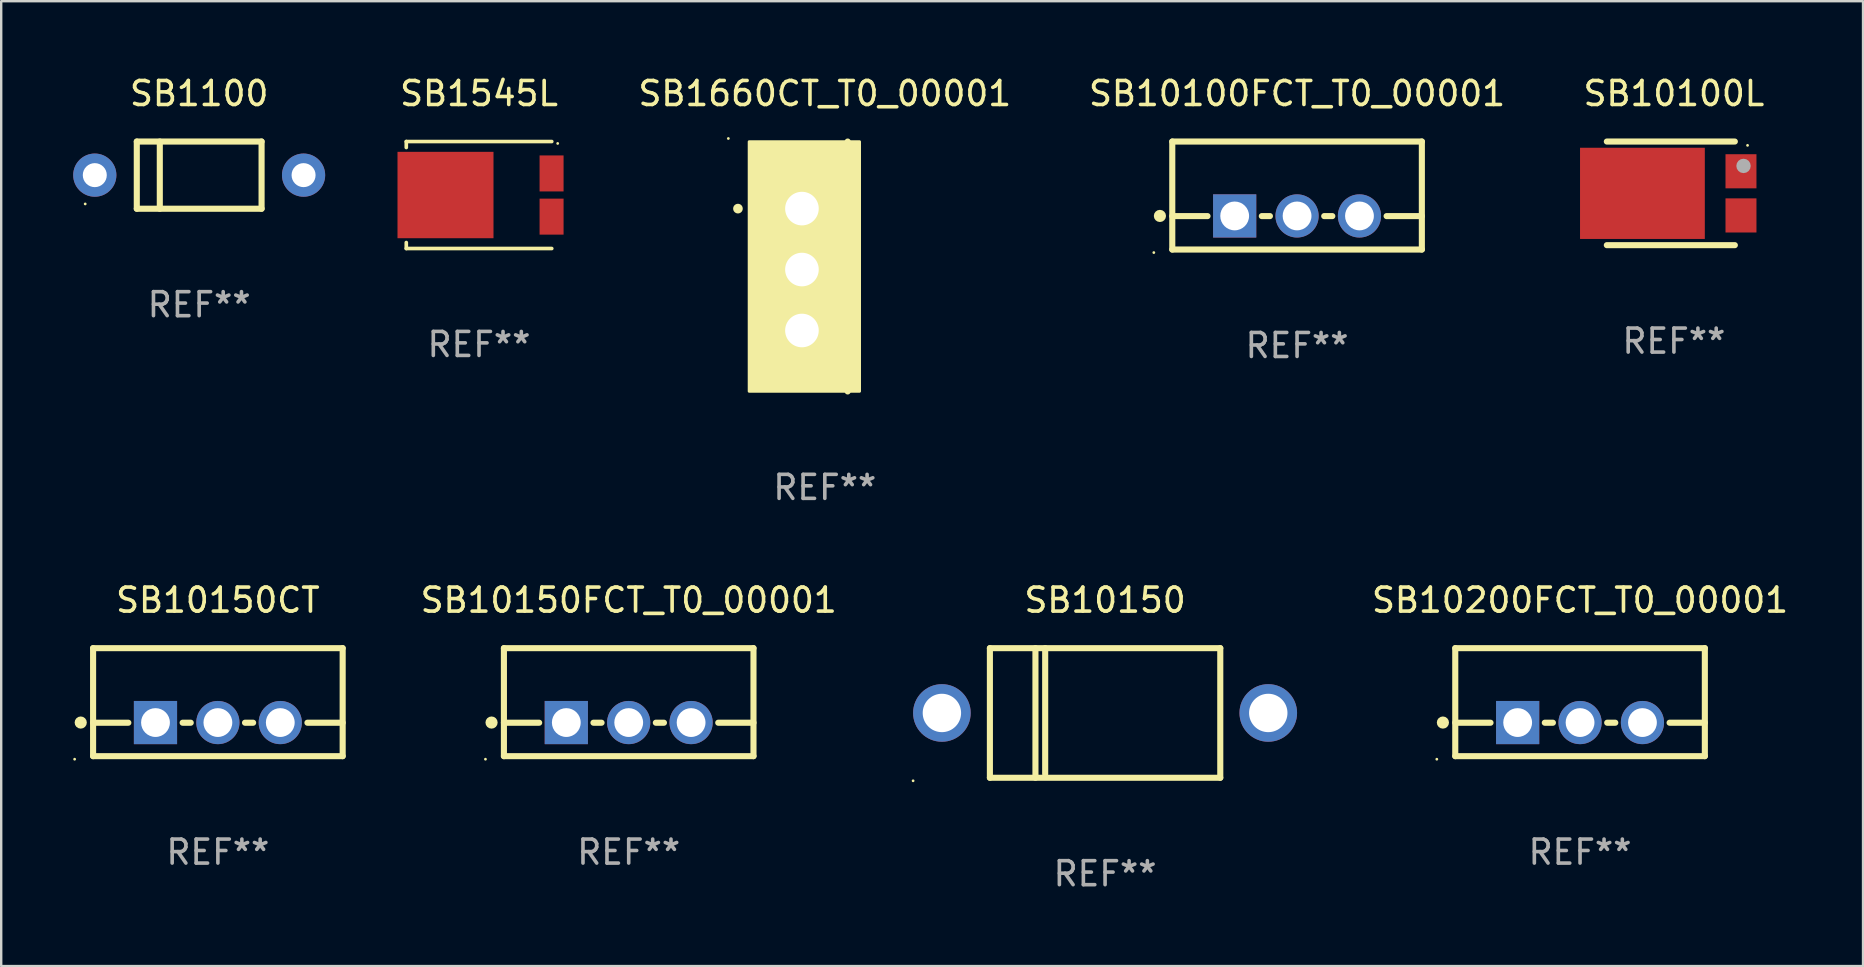
<source format=kicad_pcb>
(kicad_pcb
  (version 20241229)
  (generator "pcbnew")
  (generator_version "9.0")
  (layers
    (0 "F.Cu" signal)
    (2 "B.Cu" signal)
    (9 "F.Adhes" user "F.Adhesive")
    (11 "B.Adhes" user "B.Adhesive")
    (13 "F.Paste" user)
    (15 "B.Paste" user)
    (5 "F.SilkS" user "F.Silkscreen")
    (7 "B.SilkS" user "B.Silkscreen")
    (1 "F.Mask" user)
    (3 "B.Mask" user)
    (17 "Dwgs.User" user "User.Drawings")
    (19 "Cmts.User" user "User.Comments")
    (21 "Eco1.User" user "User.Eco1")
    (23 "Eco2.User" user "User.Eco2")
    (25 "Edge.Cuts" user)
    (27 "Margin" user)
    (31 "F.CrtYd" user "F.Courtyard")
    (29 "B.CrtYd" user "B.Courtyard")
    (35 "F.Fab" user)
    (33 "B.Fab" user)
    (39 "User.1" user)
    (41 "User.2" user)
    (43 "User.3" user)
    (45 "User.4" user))
  (footprint "SB10150"
    (layer "F.Cu")
    (at 42.999 26.659)
    (property "Reference" "SB10150" (at 0 -4.7 0) (layer "F.SilkS") (effects (font (size 1 1) (thickness 0.15))))
    (attr through_hole)
    (fp_line (start -4.8 -2.7) (end -4.8 2.7) (stroke (width 0.254) (type solid)) (layer "F.SilkS"))
    (fp_line (start -4.8 -2.7) (end 4.8 -2.7) (stroke (width 0.254) (type solid)) (layer "F.SilkS"))
    (fp_line (start -2.902 -2.7) (end -2.902 2.7) (stroke (width 0.254) (type solid)) (layer "F.SilkS"))
    (fp_line (start -2.496 -2.7) (end -2.496 2.54) (stroke (width 0.254) (type solid)) (layer "F.SilkS"))
    (fp_line (start 4.8 -2.7) (end 4.8 2.7) (stroke (width 0.254) (type solid)) (layer "F.SilkS"))
    (fp_line (start 4.8 2.7) (end -4.8 2.7) (stroke (width 0.254) (type solid)) (layer "F.SilkS"))
    (fp_circle (center -8 2.827) (end -7.97 2.827) (stroke (width 0.06) (type solid)) (fill no) (layer "F.SilkS"))
    (fp_text user "REF**" (at 0 6.7 0) (layer "F.Fab") (effects (font (size 1 1) (thickness 0.15))))
    (pad "1" thru_hole circle (at -6.8 0) (size 2.4 2.4) (drill 1.6) (layers "*.Cu" "*.Mask"))
    (pad "2" thru_hole circle (at 6.8 0) (size 2.4 2.4) (drill 1.6) (layers "*.Cu" "*.Mask")))
  (footprint "SB1545L"
    (layer "F.Cu")
    (at 16.911 5.077)
    (property "Reference" "SB1545L" (at 0 -4.229 0) (layer "F.SilkS") (effects (font (size 1 1) (thickness 0.15))))
    (attr through_hole)
    (fp_line (start -3.031 -2.229) (end -3.031 -1.98) (stroke (width 0.152) (type solid)) (layer "F.SilkS"))
    (fp_line (start -3.031 1.98) (end -3.031 2.229) (stroke (width 0.152) (type solid)) (layer "F.SilkS"))
    (fp_line (start 3.031 -2.229) (end -3.031 -2.229) (stroke (width 0.152) (type solid)) (layer "F.SilkS"))
    (fp_line (start 3.031 2.229) (end -3.031 2.229) (stroke (width 0.152) (type solid)) (layer "F.SilkS"))
    (fp_circle (center 3.278 -2.15) (end 3.308 -2.15) (stroke (width 0.06) (type solid)) (fill no) (layer "F.SilkS"))
    (fp_text user "REF**" (at 0 6.229 0) (layer "F.Fab") (effects (font (size 1 1) (thickness 0.15))))
    (pad "1" smd rect (at 3.023 -0.9) (size 1 1.5) (layers "F.Cu" "F.Mask" "F.Paste"))
    (pad "2" smd rect (at 3.023 0.9) (size 1 1.5) (layers "F.Cu" "F.Mask" "F.Paste"))
    (pad "3" smd rect (at -1.397 0) (size 4 3.6) (layers "F.Cu" "F.Mask" "F.Paste")))
  (footprint "SB10150CT"
    (layer "F.Cu")
    (at 6.029 26.209)
    (property "Reference" "SB10150CT" (at 0 -4.25 0) (layer "F.SilkS") (effects (font (size 1 1) (thickness 0.15))))
    (attr through_hole)
    (fp_line (start -5.2 -2.25) (end -5.2 2.25) (stroke (width 0.254) (type solid)) (layer "F.SilkS"))
    (fp_line (start -5.2 -2.25) (end 5.2 -2.25) (stroke (width 0.254) (type solid)) (layer "F.SilkS"))
    (fp_line (start -5.2 0.857) (end -3.731 0.857) (stroke (width 0.254) (type solid)) (layer "F.SilkS"))
    (fp_line (start -5.2 2.25) (end 5.2 2.25) (stroke (width 0.254) (type solid)) (layer "F.SilkS"))
    (fp_line (start -1.469 0.857) (end -1.131 0.857) (stroke (width 0.254) (type solid)) (layer "F.SilkS"))
    (fp_line (start 1.131 0.857) (end 1.469 0.857) (stroke (width 0.254) (type solid)) (layer "F.SilkS"))
    (fp_line (start 3.731 0.857) (end 5.2 0.857) (stroke (width 0.254) (type solid)) (layer "F.SilkS"))
    (fp_line (start 5.2 -2.25) (end 5.2 2.25) (stroke (width 0.254) (type solid)) (layer "F.SilkS"))
    (fp_circle (center -5.969 2.377) (end -5.939 2.377) (stroke (width 0.06) (type solid)) (fill no) (layer "F.SilkS"))
    (fp_circle (center -5.715 0.85) (end -5.588 0.85) (stroke (width 0.254) (type solid)) (fill no) (layer "F.SilkS"))
    (fp_text user "REF**" (at 0 6.25 0) (layer "F.Fab") (effects (font (size 1 1) (thickness 0.15))))
    (pad "1" thru_hole rect (at -2.6 0.85) (size 1.8 1.8) (drill 1.2) (layers "*.Cu" "*.Mask"))
    (pad "2" thru_hole circle (at 0 0.85) (size 1.8 1.8) (drill 1.2) (layers "*.Cu" "*.Mask"))
    (pad "3" thru_hole circle (at 2.6 0.85) (size 1.8 1.8) (drill 1.2) (layers "*.Cu" "*.Mask")))
  (footprint "SB1100"
    (layer "F.Cu")
    (at 5.25 4.248)
    (property "Reference" "SB1100" (at 0 -3.4 0) (layer "F.SilkS") (effects (font (size 1 1) (thickness 0.15))))
    (attr through_hole)
    (fp_line (start -2.6 -1.4) (end -2.6 1.4) (stroke (width 0.254) (type solid)) (layer "F.SilkS"))
    (fp_line (start -2.6 -1.4) (end 2.6 -1.4) (stroke (width 0.254) (type solid)) (layer "F.SilkS"))
    (fp_line (start -2.6 1.4) (end 2.6 1.4) (stroke (width 0.254) (type solid)) (layer "F.SilkS"))
    (fp_line (start -1.641 -1.4) (end -1.641 1.4) (stroke (width 0.254) (type solid)) (layer "F.SilkS"))
    (fp_line (start 2.6 -1.4) (end 2.6 1.4) (stroke (width 0.254) (type solid)) (layer "F.SilkS"))
    (fp_circle (center -4.75 1.2) (end -4.72 1.2) (stroke (width 0.06) (type solid)) (fill no) (layer "F.SilkS"))
    (fp_text user "REF**" (at 0 5.4 0) (layer "F.Fab") (effects (font (size 1 1) (thickness 0.15))))
    (pad "1" thru_hole circle (at -4.35 0) (size 1.8 1.8) (drill 1) (layers "*.Cu" "*.Mask"))
    (pad "2" thru_hole circle (at 4.35 0) (size 1.8 1.8) (drill 1) (layers "*.Cu" "*.Mask")))
  (footprint "SB10100FCT_T0_00001"
    (layer "F.Cu")
    (at 50.999 5.098)
    (property "Reference" "SB10100FCT_T0_00001" (at 0 -4.25 0) (layer "F.SilkS") (effects (font (size 1 1) (thickness 0.15))))
    (attr through_hole)
    (fp_line (start -5.2 -2.25) (end -5.2 2.25) (stroke (width 0.254) (type solid)) (layer "F.SilkS"))
    (fp_line (start -5.2 -2.25) (end 5.2 -2.25) (stroke (width 0.254) (type solid)) (layer "F.SilkS"))
    (fp_line (start -5.2 0.857) (end -3.731 0.857) (stroke (width 0.254) (type solid)) (layer "F.SilkS"))
    (fp_line (start -5.2 2.25) (end 5.2 2.25) (stroke (width 0.254) (type solid)) (layer "F.SilkS"))
    (fp_line (start -1.469 0.857) (end -1.131 0.857) (stroke (width 0.254) (type solid)) (layer "F.SilkS"))
    (fp_line (start 1.131 0.857) (end 1.469 0.857) (stroke (width 0.254) (type solid)) (layer "F.SilkS"))
    (fp_line (start 3.731 0.857) (end 5.2 0.857) (stroke (width 0.254) (type solid)) (layer "F.SilkS"))
    (fp_line (start 5.2 -2.25) (end 5.2 2.25) (stroke (width 0.254) (type solid)) (layer "F.SilkS"))
    (fp_circle (center -5.969 2.377) (end -5.939 2.377) (stroke (width 0.06) (type solid)) (fill no) (layer "F.SilkS"))
    (fp_circle (center -5.715 0.85) (end -5.588 0.85) (stroke (width 0.254) (type solid)) (fill no) (layer "F.SilkS"))
    (fp_text user "REF**" (at 0 6.25 0) (layer "F.Fab") (effects (font (size 1 1) (thickness 0.15))))
    (pad "1" thru_hole rect (at -2.6 0.85) (size 1.8 1.8) (drill 1.2) (layers "*.Cu" "*.Mask"))
    (pad "2" thru_hole circle (at 0 0.85) (size 1.8 1.8) (drill 1.2) (layers "*.Cu" "*.Mask"))
    (pad "3" thru_hole circle (at 2.6 0.85) (size 1.8 1.8) (drill 1.2) (layers "*.Cu" "*.Mask")))
  (footprint "SB10100L"
    (layer "F.Cu")
    (at 66.702 5.007)
    (property "Reference" "SB10100L" (at 0 -4.159 0) (layer "F.SilkS") (effects (font (size 1 1) (thickness 0.15))))
    (attr through_hole)
    (fp_line (start -2.795 2.159) (end 2.539 2.159) (stroke (width 0.254) (type solid)) (layer "F.SilkS"))
    (fp_line (start 2.539 -2.159) (end -2.795 -2.159) (stroke (width 0.254) (type solid)) (layer "F.SilkS"))
    (fp_circle (center 3.069 -2) (end 3.099 -2) (stroke (width 0.06) (type solid)) (fill no) (layer "F.SilkS"))
    (fp_circle (center 2.901 -1.143) (end 3.051 -1.143) (stroke (width 0.3) (type solid)) (fill no) (layer "F.Fab"))
    (fp_text user "REF**" (at 0 6.159 0) (layer "F.Fab") (effects (font (size 1 1) (thickness 0.15))))
    (pad "1" smd rect (at 2.795 -0.92) (size 1.29 1.422) (layers "F.Cu" "F.Mask" "F.Paste"))
    (pad "2" smd rect (at 2.795 0.92) (size 1.29 1.422) (layers "F.Cu" "F.Mask" "F.Paste"))
    (pad "3" smd rect (at -1.312 0) (size 5.2 3.8) (layers "F.Cu" "F.Mask" "F.Paste")))
  (footprint "SB10200FCT_T0_00001"
    (layer "F.Cu")
    (at 62.791 26.209)
    (property "Reference" "SB10200FCT_T0_00001" (at 0 -4.25 0) (layer "F.SilkS") (effects (font (size 1 1) (thickness 0.15))))
    (attr through_hole)
    (fp_line (start -5.2 -2.25) (end -5.2 2.25) (stroke (width 0.254) (type solid)) (layer "F.SilkS"))
    (fp_line (start -5.2 -2.25) (end 5.2 -2.25) (stroke (width 0.254) (type solid)) (layer "F.SilkS"))
    (fp_line (start -5.2 0.857) (end -3.731 0.857) (stroke (width 0.254) (type solid)) (layer "F.SilkS"))
    (fp_line (start -5.2 2.25) (end 5.2 2.25) (stroke (width 0.254) (type solid)) (layer "F.SilkS"))
    (fp_line (start -1.469 0.857) (end -1.131 0.857) (stroke (width 0.254) (type solid)) (layer "F.SilkS"))
    (fp_line (start 1.131 0.857) (end 1.469 0.857) (stroke (width 0.254) (type solid)) (layer "F.SilkS"))
    (fp_line (start 3.731 0.857) (end 5.2 0.857) (stroke (width 0.254) (type solid)) (layer "F.SilkS"))
    (fp_line (start 5.2 -2.25) (end 5.2 2.25) (stroke (width 0.254) (type solid)) (layer "F.SilkS"))
    (fp_circle (center -5.969 2.377) (end -5.939 2.377) (stroke (width 0.06) (type solid)) (fill no) (layer "F.SilkS"))
    (fp_circle (center -5.715 0.85) (end -5.588 0.85) (stroke (width 0.254) (type solid)) (fill no) (layer "F.SilkS"))
    (fp_text user "REF**" (at 0 6.25 0) (layer "F.Fab") (effects (font (size 1 1) (thickness 0.15))))
    (pad "1" thru_hole rect (at -2.6 0.85) (size 1.8 1.8) (drill 1.2) (layers "*.Cu" "*.Mask"))
    (pad "2" thru_hole circle (at 0 0.85) (size 1.8 1.8) (drill 1.2) (layers "*.Cu" "*.Mask"))
    (pad "3" thru_hole circle (at 2.6 0.85) (size 1.8 1.8) (drill 1.2) (layers "*.Cu" "*.Mask")))
  (footprint "SB1660CT_T0_00001"
    (layer "F.Cu")
    (at 31.32 8.055)
    (property "Reference" "SB1660CT_T0_00001" (at 0 -7.207 0) (layer "F.SilkS") (effects (font (size 1 1) (thickness 0.15))))
    (attr through_hole)
    (fp_line (start 0.953 5.207) (end 0.953 -5.207) (stroke (width 0.254) (type solid)) (layer "F.SilkS"))
    (fp_arc (start -3.619507 -2.410465) (mid -3.619511 -2.411735) (end -3.619507 -2.413005) (stroke (width 0.4) (type solid)) (layer "F.SilkS"))
    (fp_circle (center -4.02 -5.334) (end -3.99 -5.334) (stroke (width 0.06) (type solid)) (fill no) (layer "F.SilkS"))
    (fp_poly (pts (xy -3.152 -5.2) (xy 1.448 -5.2) (xy 1.448 5.2) (xy -3.152 5.2)) (stroke (width 0.12) (type solid)) (fill yes) (layer "F.SilkS"))
    (fp_text user "REF**" (at 0 9.207 0) (layer "F.Fab") (effects (font (size 1 1) (thickness 0.15))))
    (pad "1" thru_hole rect (at -0.953 -2.413 270) (size 2 2.5) (drill 1.4) (layers "*.Cu" "*.Mask"))
    (pad "2" thru_hole oval (at -0.953 0.127 270) (size 2 2.5) (drill 1.4) (layers "*.Cu" "*.Mask"))
    (pad "3" thru_hole oval (at -0.953 2.667 270) (size 2 2.5) (drill 1.4) (layers "*.Cu" "*.Mask")))
  (footprint "SB10150FCT_T0_00001"
    (layer "F.Cu")
    (at 23.148 26.209)
    (property "Reference" "SB10150FCT_T0_00001" (at 0 -4.25 0) (layer "F.SilkS") (effects (font (size 1 1) (thickness 0.15))))
    (attr through_hole)
    (fp_line (start -5.2 -2.25) (end -5.2 2.25) (stroke (width 0.254) (type solid)) (layer "F.SilkS"))
    (fp_line (start -5.2 -2.25) (end 5.2 -2.25) (stroke (width 0.254) (type solid)) (layer "F.SilkS"))
    (fp_line (start -5.2 0.857) (end -3.731 0.857) (stroke (width 0.254) (type solid)) (layer "F.SilkS"))
    (fp_line (start -5.2 2.25) (end 5.2 2.25) (stroke (width 0.254) (type solid)) (layer "F.SilkS"))
    (fp_line (start -1.469 0.857) (end -1.131 0.857) (stroke (width 0.254) (type solid)) (layer "F.SilkS"))
    (fp_line (start 1.131 0.857) (end 1.469 0.857) (stroke (width 0.254) (type solid)) (layer "F.SilkS"))
    (fp_line (start 3.731 0.857) (end 5.2 0.857) (stroke (width 0.254) (type solid)) (layer "F.SilkS"))
    (fp_line (start 5.2 -2.25) (end 5.2 2.25) (stroke (width 0.254) (type solid)) (layer "F.SilkS"))
    (fp_circle (center -5.969 2.377) (end -5.939 2.377) (stroke (width 0.06) (type solid)) (fill no) (layer "F.SilkS"))
    (fp_circle (center -5.715 0.85) (end -5.588 0.85) (stroke (width 0.254) (type solid)) (fill no) (layer "F.SilkS"))
    (fp_text user "REF**" (at 0 6.25 0) (layer "F.Fab") (effects (font (size 1 1) (thickness 0.15))))
    (pad "1" thru_hole rect (at -2.6 0.85) (size 1.8 1.8) (drill 1.2) (layers "*.Cu" "*.Mask"))
    (pad "2" thru_hole circle (at 0 0.85) (size 1.8 1.8) (drill 1.2) (layers "*.Cu" "*.Mask"))
    (pad "3" thru_hole circle (at 2.6 0.85) (size 1.8 1.8) (drill 1.2) (layers "*.Cu" "*.Mask")))
  (gr_rect
    (start -3 -3)
    (end 74.583 37.207)
    (stroke (width 0.1) (type default))
    (fill no)
    (layer "Edge.Cuts")))
</source>
